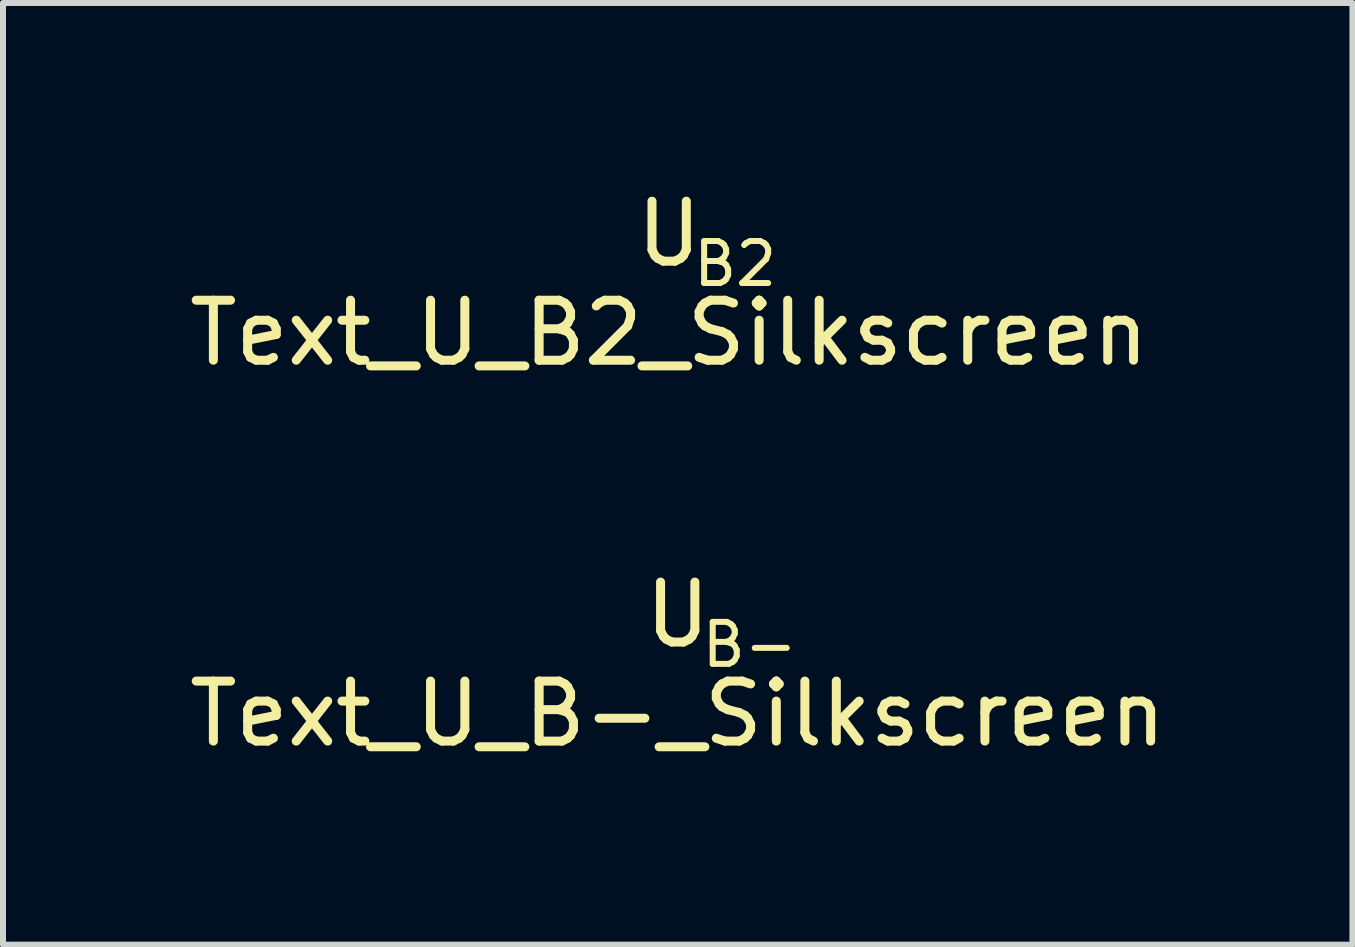
<source format=kicad_pcb>
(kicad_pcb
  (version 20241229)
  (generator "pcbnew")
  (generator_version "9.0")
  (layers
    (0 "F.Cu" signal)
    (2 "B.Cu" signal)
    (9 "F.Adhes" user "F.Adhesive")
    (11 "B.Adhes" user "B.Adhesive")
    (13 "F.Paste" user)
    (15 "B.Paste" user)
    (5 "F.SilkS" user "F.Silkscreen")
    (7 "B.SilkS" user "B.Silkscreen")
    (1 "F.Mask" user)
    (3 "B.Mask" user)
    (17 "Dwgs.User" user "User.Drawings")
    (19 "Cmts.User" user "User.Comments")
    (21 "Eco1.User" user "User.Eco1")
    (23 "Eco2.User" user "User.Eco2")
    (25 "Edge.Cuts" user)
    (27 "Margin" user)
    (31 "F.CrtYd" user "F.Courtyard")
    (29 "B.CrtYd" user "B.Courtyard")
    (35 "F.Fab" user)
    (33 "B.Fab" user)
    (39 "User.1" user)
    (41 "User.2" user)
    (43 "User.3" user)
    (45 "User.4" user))
  (footprint "Text_U_B-_Silkscreen"
    (layer "F.Cu")
    (at 8.244 7.195)
    (property "Reference" "Text_U_B-_Silkscreen" (at 0 1.65 0) (layer "F.SilkS") (effects (font (size 1 1) (thickness 0.15))))
    (attr exclude_from_pos_files exclude_from_bom)
    (fp_text user "U" (at 0 0 0) (layer "F.SilkS") (effects (font (size 1 1) (thickness 0.15))))
    (fp_text user "B-" (at 1.2 0.5 0) (layer "F.SilkS") (effects (font (size 0.7 0.7) (thickness 0.1)))))
  (footprint "Text_U_B2_Silkscreen"
    (layer "F.Cu")
    (at 8.101 0.848)
    (property "Reference" "Text_U_B2_Silkscreen" (at 0 1.65 0) (layer "F.SilkS") (effects (font (size 1 1) (thickness 0.15))))
    (attr exclude_from_pos_files exclude_from_bom)
    (fp_text user "B2" (at 1.1 0.5 0) (layer "F.SilkS") (effects (font (size 0.7 0.7) (thickness 0.1))))
    (fp_text user "U" (at 0 0 0) (layer "F.SilkS") (effects (font (size 1 1) (thickness 0.15)))))
  (gr_rect
    (start -3 -3)
    (end 19.488 12.693)
    (stroke (width 0.1) (type default))
    (fill no)
    (layer "Edge.Cuts")))
</source>
